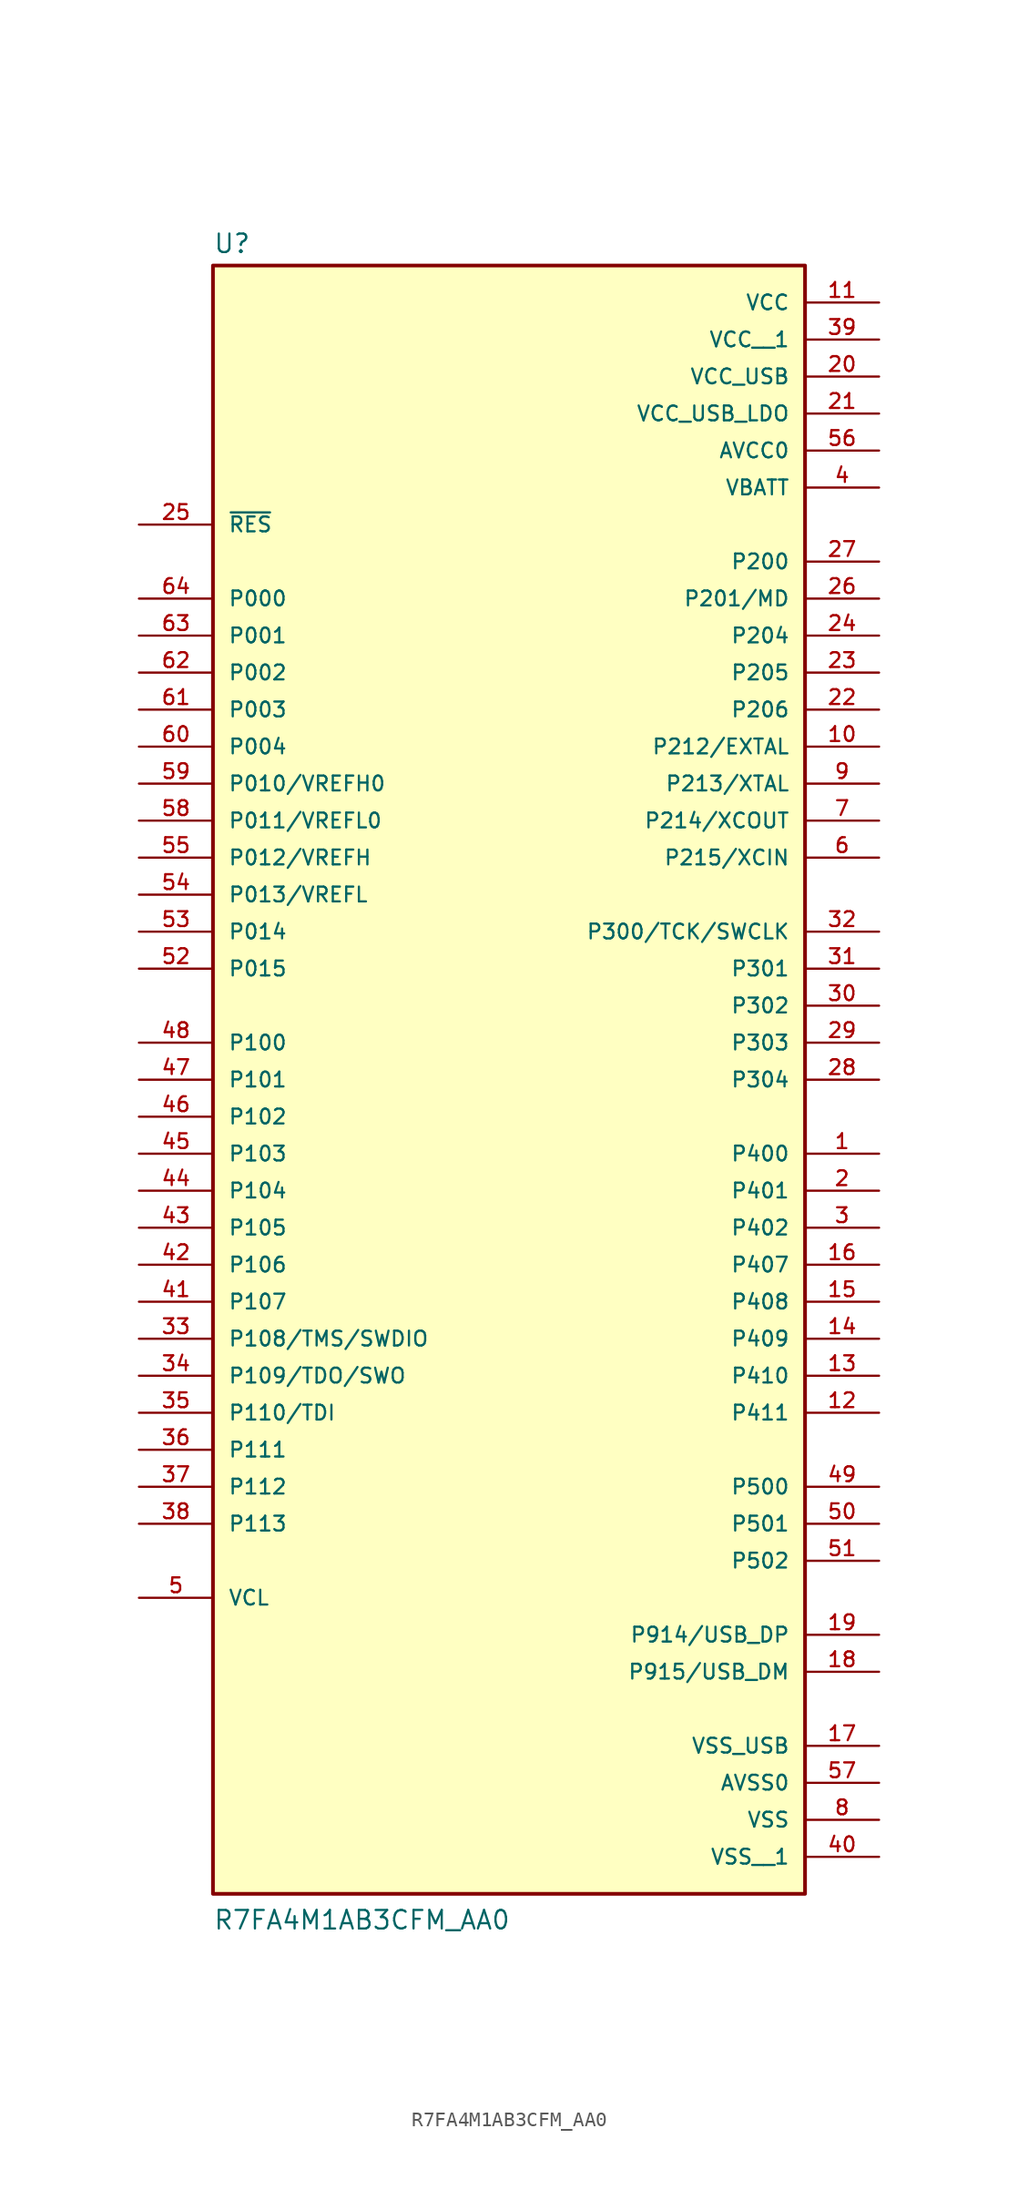
<source format=kicad_sym>
(kicad_symbol_lib
  (version 20211014)
  (generator kicad_symbol_editor)
  (symbol "R7FA4M1AB3CFM_AA0"
    (pin_names
      (offset 1.016))
    (property "Reference" "U"
      (at -20.32 54.102 0)
      (effects (font (size 1.27 1.27)) (justify bottom left)))
    (property "Value" "R7FA4M1AB3CFM_AA0"
      (at -20.32 -60.96 0)
      (effects (font (size 1.27 1.27)) (justify bottom left)))
    (symbol "R7FA4M1AB3CFM_AA0_0_0"
      (rectangle (start -20.32 -58.42) (end 20.32 53.34) (stroke (width 0.254)) (fill (type background)))
      (pin bidirectional line (at 25.4 -7.62 180.0) (length 5.08) (name "P400" (effects (font (size 1.016 1.016)))) (number "1" (effects (font (size 1.016 1.016)))))
      (pin bidirectional line (at 25.4 -10.16 180.0) (length 5.08) (name "P401" (effects (font (size 1.016 1.016)))) (number "2" (effects (font (size 1.016 1.016)))))
      (pin bidirectional line (at 25.4 -12.7 180.0) (length 5.08) (name "P402" (effects (font (size 1.016 1.016)))) (number "3" (effects (font (size 1.016 1.016)))))
      (pin power_in line (at 25.4 38.1 180.0) (length 5.08) (name "VBATT" (effects (font (size 1.016 1.016)))) (number "4" (effects (font (size 1.016 1.016)))))
      (pin passive line (at -25.4 -38.1 0) (length 5.08) (name "VCL" (effects (font (size 1.016 1.016)))) (number "5" (effects (font (size 1.016 1.016)))))
      (pin input line (at 25.4 12.7 180.0) (length 5.08) (name "P215/XCIN" (effects (font (size 1.016 1.016)))) (number "6" (effects (font (size 1.016 1.016)))))
      (pin bidirectional line (at 25.4 15.24 180.0) (length 5.08) (name "P214/XCOUT" (effects (font (size 1.016 1.016)))) (number "7" (effects (font (size 1.016 1.016)))))
      (pin power_in line (at 25.4 -53.34 180.0) (length 5.08) (name "VSS" (effects (font (size 1.016 1.016)))) (number "8" (effects (font (size 1.016 1.016)))))
      (pin bidirectional line (at 25.4 17.78 180.0) (length 5.08) (name "P213/XTAL" (effects (font (size 1.016 1.016)))) (number "9" (effects (font (size 1.016 1.016)))))
      (pin bidirectional line (at 25.4 20.32 180.0) (length 5.08) (name "P212/EXTAL" (effects (font (size 1.016 1.016)))) (number "10" (effects (font (size 1.016 1.016)))))
      (pin bidirectional line (at 25.4 -25.4 180.0) (length 5.08) (name "P411" (effects (font (size 1.016 1.016)))) (number "12" (effects (font (size 1.016 1.016)))))
      (pin power_in line (at 25.4 50.8 180.0) (length 5.08) (name "VCC" (effects (font (size 1.016 1.016)))) (number "11" (effects (font (size 1.016 1.016)))))
      (pin bidirectional line (at 25.4 -22.86 180.0) (length 5.08) (name "P410" (effects (font (size 1.016 1.016)))) (number "13" (effects (font (size 1.016 1.016)))))
      (pin bidirectional line (at 25.4 -20.32 180.0) (length 5.08) (name "P409" (effects (font (size 1.016 1.016)))) (number "14" (effects (font (size 1.016 1.016)))))
      (pin bidirectional line (at 25.4 -17.78 180.0) (length 5.08) (name "P408" (effects (font (size 1.016 1.016)))) (number "15" (effects (font (size 1.016 1.016)))))
      (pin bidirectional line (at 25.4 -15.24 180.0) (length 5.08) (name "P407" (effects (font (size 1.016 1.016)))) (number "16" (effects (font (size 1.016 1.016)))))
      (pin power_in line (at 25.4 -48.26 180.0) (length 5.08) (name "VSS_USB" (effects (font (size 1.016 1.016)))) (number "17" (effects (font (size 1.016 1.016)))))
      (pin bidirectional line (at 25.4 -43.18 180.0) (length 5.08) (name "P915/USB_DM" (effects (font (size 1.016 1.016)))) (number "18" (effects (font (size 1.016 1.016)))))
      (pin bidirectional line (at 25.4 -40.64 180.0) (length 5.08) (name "P914/USB_DP" (effects (font (size 1.016 1.016)))) (number "19" (effects (font (size 1.016 1.016)))))
      (pin power_in line (at 25.4 45.72 180.0) (length 5.08) (name "VCC_USB" (effects (font (size 1.016 1.016)))) (number "20" (effects (font (size 1.016 1.016)))))
      (pin power_in line (at 25.4 43.18 180.0) (length 5.08) (name "VCC_USB_LDO" (effects (font (size 1.016 1.016)))) (number "21" (effects (font (size 1.016 1.016)))))
      (pin bidirectional line (at 25.4 22.86 180.0) (length 5.08) (name "P206" (effects (font (size 1.016 1.016)))) (number "22" (effects (font (size 1.016 1.016)))))
      (pin bidirectional line (at 25.4 25.4 180.0) (length 5.08) (name "P205" (effects (font (size 1.016 1.016)))) (number "23" (effects (font (size 1.016 1.016)))))
      (pin bidirectional line (at 25.4 27.94 180.0) (length 5.08) (name "P204" (effects (font (size 1.016 1.016)))) (number "24" (effects (font (size 1.016 1.016)))))
      (pin input line (at -25.4 35.56 0) (length 5.08) (name "~{RES}" (effects (font (size 1.016 1.016)))) (number "25" (effects (font (size 1.016 1.016)))))
      (pin bidirectional line (at 25.4 30.48 180.0) (length 5.08) (name "P201/MD" (effects (font (size 1.016 1.016)))) (number "26" (effects (font (size 1.016 1.016)))))
      (pin bidirectional line (at 25.4 -2.54 180.0) (length 5.08) (name "P304" (effects (font (size 1.016 1.016)))) (number "28" (effects (font (size 1.016 1.016)))))
      (pin input line (at 25.4 33.02 180.0) (length 5.08) (name "P200" (effects (font (size 1.016 1.016)))) (number "27" (effects (font (size 1.016 1.016)))))
      (pin bidirectional line (at 25.4 0.0 180.0) (length 5.08) (name "P303" (effects (font (size 1.016 1.016)))) (number "29" (effects (font (size 1.016 1.016)))))
      (pin bidirectional line (at 25.4 2.54 180.0) (length 5.08) (name "P302" (effects (font (size 1.016 1.016)))) (number "30" (effects (font (size 1.016 1.016)))))
      (pin bidirectional line (at 25.4 5.08 180.0) (length 5.08) (name "P301" (effects (font (size 1.016 1.016)))) (number "31" (effects (font (size 1.016 1.016)))))
      (pin bidirectional line (at 25.4 7.62 180.0) (length 5.08) (name "P300/TCK/SWCLK" (effects (font (size 1.016 1.016)))) (number "32" (effects (font (size 1.016 1.016)))))
      (pin bidirectional line (at -25.4 -20.32 0) (length 5.08) (name "P108/TMS/SWDIO" (effects (font (size 1.016 1.016)))) (number "33" (effects (font (size 1.016 1.016)))))
      (pin bidirectional line (at -25.4 -22.86 0) (length 5.08) (name "P109/TDO/SWO" (effects (font (size 1.016 1.016)))) (number "34" (effects (font (size 1.016 1.016)))))
      (pin bidirectional line (at -25.4 -25.4 0) (length 5.08) (name "P110/TDI" (effects (font (size 1.016 1.016)))) (number "35" (effects (font (size 1.016 1.016)))))
      (pin bidirectional line (at -25.4 -27.94 0) (length 5.08) (name "P111" (effects (font (size 1.016 1.016)))) (number "36" (effects (font (size 1.016 1.016)))))
      (pin bidirectional line (at -25.4 -30.48 0) (length 5.08) (name "P112" (effects (font (size 1.016 1.016)))) (number "37" (effects (font (size 1.016 1.016)))))
      (pin bidirectional line (at -25.4 -33.02 0) (length 5.08) (name "P113" (effects (font (size 1.016 1.016)))) (number "38" (effects (font (size 1.016 1.016)))))
      (pin bidirectional line (at -25.4 -17.78 0) (length 5.08) (name "P107" (effects (font (size 1.016 1.016)))) (number "41" (effects (font (size 1.016 1.016)))))
      (pin bidirectional line (at -25.4 -15.24 0) (length 5.08) (name "P106" (effects (font (size 1.016 1.016)))) (number "42" (effects (font (size 1.016 1.016)))))
      (pin bidirectional line (at -25.4 -12.7 0) (length 5.08) (name "P105" (effects (font (size 1.016 1.016)))) (number "43" (effects (font (size 1.016 1.016)))))
      (pin bidirectional line (at -25.4 -10.16 0) (length 5.08) (name "P104" (effects (font (size 1.016 1.016)))) (number "44" (effects (font (size 1.016 1.016)))))
      (pin bidirectional line (at -25.4 -5.08 0) (length 5.08) (name "P102" (effects (font (size 1.016 1.016)))) (number "46" (effects (font (size 1.016 1.016)))))
      (pin bidirectional line (at -25.4 -7.62 0) (length 5.08) (name "P103" (effects (font (size 1.016 1.016)))) (number "45" (effects (font (size 1.016 1.016)))))
      (pin bidirectional line (at -25.4 -2.54 0) (length 5.08) (name "P101" (effects (font (size 1.016 1.016)))) (number "47" (effects (font (size 1.016 1.016)))))
      (pin bidirectional line (at -25.4 0.0 0) (length 5.08) (name "P100" (effects (font (size 1.016 1.016)))) (number "48" (effects (font (size 1.016 1.016)))))
      (pin bidirectional line (at 25.4 -30.48 180.0) (length 5.08) (name "P500" (effects (font (size 1.016 1.016)))) (number "49" (effects (font (size 1.016 1.016)))))
      (pin bidirectional line (at 25.4 -33.02 180.0) (length 5.08) (name "P501" (effects (font (size 1.016 1.016)))) (number "50" (effects (font (size 1.016 1.016)))))
      (pin bidirectional line (at 25.4 -35.56 180.0) (length 5.08) (name "P502" (effects (font (size 1.016 1.016)))) (number "51" (effects (font (size 1.016 1.016)))))
      (pin bidirectional line (at -25.4 5.08 0) (length 5.08) (name "P015" (effects (font (size 1.016 1.016)))) (number "52" (effects (font (size 1.016 1.016)))))
      (pin bidirectional line (at -25.4 7.62 0) (length 5.08) (name "P014" (effects (font (size 1.016 1.016)))) (number "53" (effects (font (size 1.016 1.016)))))
      (pin bidirectional line (at -25.4 10.16 0) (length 5.08) (name "P013/VREFL" (effects (font (size 1.016 1.016)))) (number "54" (effects (font (size 1.016 1.016)))))
      (pin bidirectional line (at -25.4 12.7 0) (length 5.08) (name "P012/VREFH" (effects (font (size 1.016 1.016)))) (number "55" (effects (font (size 1.016 1.016)))))
      (pin power_in line (at 25.4 40.64 180.0) (length 5.08) (name "AVCC0" (effects (font (size 1.016 1.016)))) (number "56" (effects (font (size 1.016 1.016)))))
      (pin power_in line (at 25.4 -50.8 180.0) (length 5.08) (name "AVSS0" (effects (font (size 1.016 1.016)))) (number "57" (effects (font (size 1.016 1.016)))))
      (pin bidirectional line (at -25.4 15.24 0) (length 5.08) (name "P011/VREFL0" (effects (font (size 1.016 1.016)))) (number "58" (effects (font (size 1.016 1.016)))))
      (pin bidirectional line (at -25.4 20.32 0) (length 5.08) (name "P004" (effects (font (size 1.016 1.016)))) (number "60" (effects (font (size 1.016 1.016)))))
      (pin bidirectional line (at -25.4 17.78 0) (length 5.08) (name "P010/VREFH0" (effects (font (size 1.016 1.016)))) (number "59" (effects (font (size 1.016 1.016)))))
      (pin bidirectional line (at -25.4 22.86 0) (length 5.08) (name "P003" (effects (font (size 1.016 1.016)))) (number "61" (effects (font (size 1.016 1.016)))))
      (pin bidirectional line (at -25.4 25.4 0) (length 5.08) (name "P002" (effects (font (size 1.016 1.016)))) (number "62" (effects (font (size 1.016 1.016)))))
      (pin bidirectional line (at -25.4 27.94 0) (length 5.08) (name "P001" (effects (font (size 1.016 1.016)))) (number "63" (effects (font (size 1.016 1.016)))))
      (pin bidirectional line (at -25.4 30.48 0) (length 5.08) (name "P000" (effects (font (size 1.016 1.016)))) (number "64" (effects (font (size 1.016 1.016)))))
      (pin power_in line (at 25.4 48.26 180.0) (length 5.08) (name "VCC__1" (effects (font (size 1.016 1.016)))) (number "39" (effects (font (size 1.016 1.016)))))
      (pin power_in line (at 25.4 -55.88 180.0) (length 5.08) (name "VSS__1" (effects (font (size 1.016 1.016)))) (number "40" (effects (font (size 1.016 1.016))))))))
</source>
